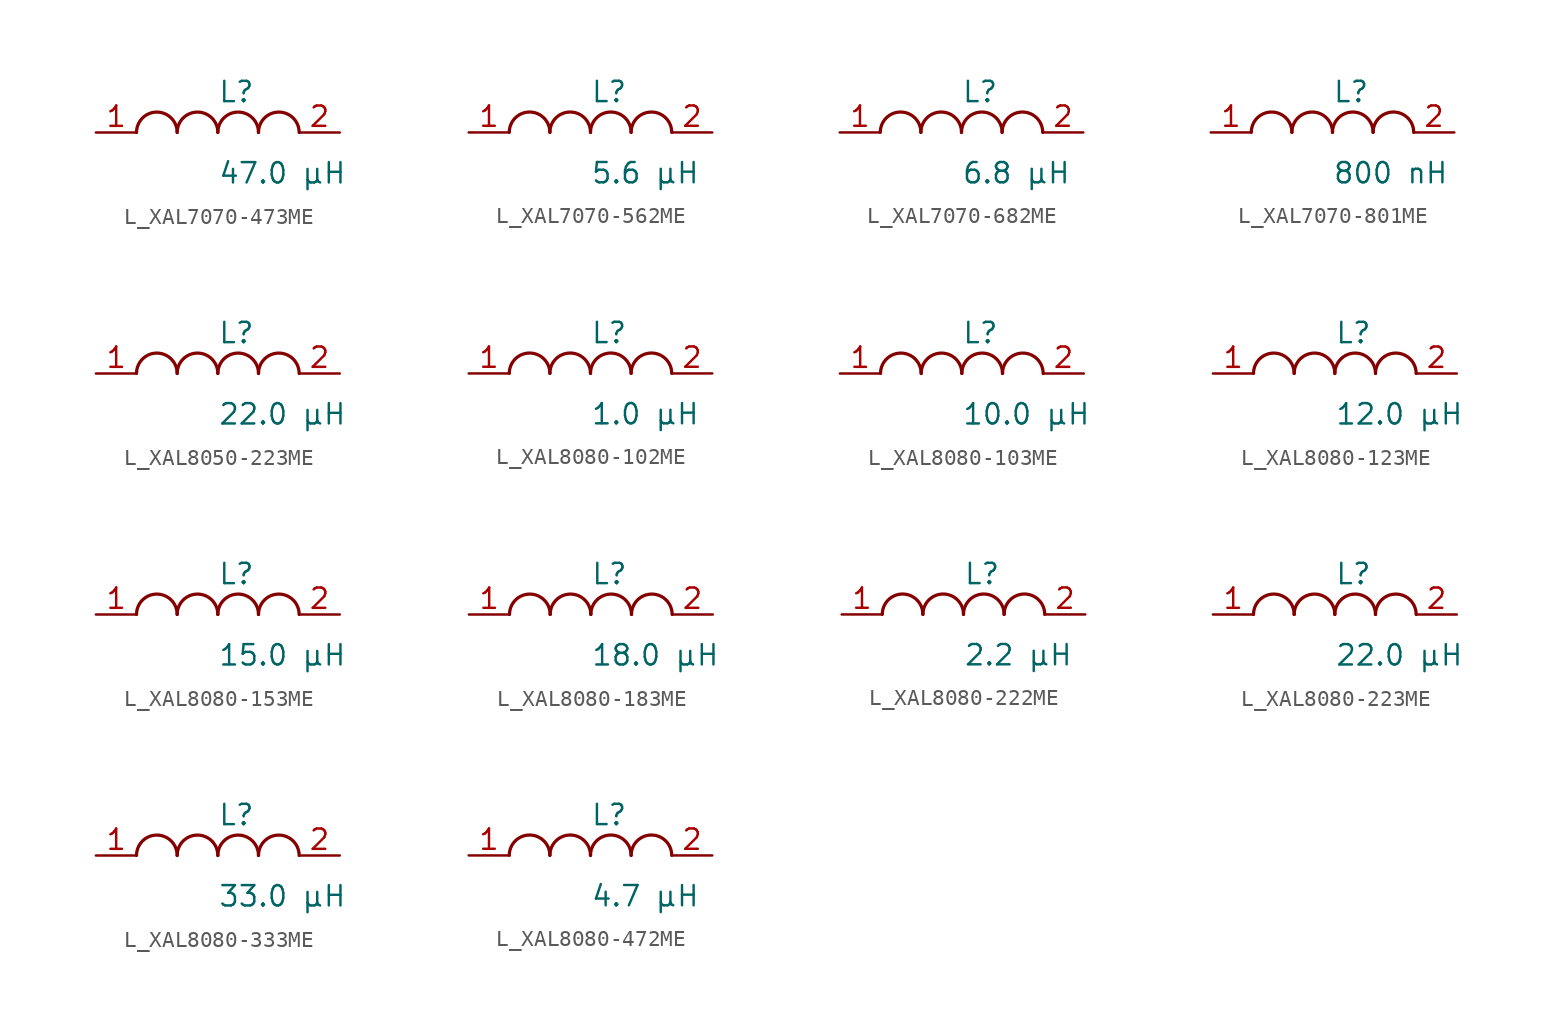
<source format=kicad_sym>
(kicad_symbol_lib
  (version 20231120)
  (generator kicad_symbol_editor)
  (generator_version 8.0)
  (symbol "L_XAL7070-473ME"
    (pin_names
      (offset 0.254))
    (property "Reference" "L"
      (at 0.0 2.54 0)
      (effects (font (size 1.27 1.27)) (justify left)))
    (property "Value" "47.0 µH"
      (at 0.0 -2.54 0)
      (effects (font (size 1.27 1.27)) (justify left)))
    (symbol "L_XAL7070-473ME_1_1"
      (arc (start -2.54 0.0056) (mid -3.81 1.27) (end -5.08 0.0056) (stroke (width 0.2032) (type default)) (fill (type none)))
      (arc (start 0 0.0056) (mid -1.27 1.27) (end -2.54 0.0056) (stroke (width 0.2032) (type default)) (fill (type none)))
      (arc (start 2.54 0.0056) (mid 1.27 1.27) (end 0 0.0056) (stroke (width 0.2032) (type default)) (fill (type none)))
      (arc (start 5.08 0.0056) (mid 3.81 1.27) (end 2.54 0.0056) (stroke (width 0.2032) (type default)) (fill (type none)))
      (pin unspecified line (at -7.62 0 0) (length 2.54) (name "" (effects (font (size 1.27 1.27)))) (number "1" (effects (font (size 1.27 1.27)))))
      (pin unspecified line (at 7.62 0 180) (length 2.54) (name "" (effects (font (size 1.27 1.27)))) (number "2" (effects (font (size 1.27 1.27)))))))
  (symbol "L_XAL7070-562ME"
    (pin_names
      (offset 0.254))
    (property "Reference" "L"
      (at 0.0 2.54 0)
      (effects (font (size 1.27 1.27)) (justify left)))
    (property "Value" "5.6 µH"
      (at 0.0 -2.54 0)
      (effects (font (size 1.27 1.27)) (justify left)))
    (symbol "L_XAL7070-562ME_1_1"
      (arc (start -2.54 0.0056) (mid -3.81 1.27) (end -5.08 0.0056) (stroke (width 0.2032) (type default)) (fill (type none)))
      (arc (start 0 0.0056) (mid -1.27 1.27) (end -2.54 0.0056) (stroke (width 0.2032) (type default)) (fill (type none)))
      (arc (start 2.54 0.0056) (mid 1.27 1.27) (end 0 0.0056) (stroke (width 0.2032) (type default)) (fill (type none)))
      (arc (start 5.08 0.0056) (mid 3.81 1.27) (end 2.54 0.0056) (stroke (width 0.2032) (type default)) (fill (type none)))
      (pin unspecified line (at -7.62 0 0) (length 2.54) (name "" (effects (font (size 1.27 1.27)))) (number "1" (effects (font (size 1.27 1.27)))))
      (pin unspecified line (at 7.62 0 180) (length 2.54) (name "" (effects (font (size 1.27 1.27)))) (number "2" (effects (font (size 1.27 1.27)))))))
  (symbol "L_XAL7070-682ME"
    (pin_names
      (offset 0.254))
    (property "Reference" "L"
      (at 0.0 2.54 0)
      (effects (font (size 1.27 1.27)) (justify left)))
    (property "Value" "6.8 µH"
      (at 0.0 -2.54 0)
      (effects (font (size 1.27 1.27)) (justify left)))
    (symbol "L_XAL7070-682ME_1_1"
      (arc (start -2.54 0.0056) (mid -3.81 1.27) (end -5.08 0.0056) (stroke (width 0.2032) (type default)) (fill (type none)))
      (arc (start 0 0.0056) (mid -1.27 1.27) (end -2.54 0.0056) (stroke (width 0.2032) (type default)) (fill (type none)))
      (arc (start 2.54 0.0056) (mid 1.27 1.27) (end 0 0.0056) (stroke (width 0.2032) (type default)) (fill (type none)))
      (arc (start 5.08 0.0056) (mid 3.81 1.27) (end 2.54 0.0056) (stroke (width 0.2032) (type default)) (fill (type none)))
      (pin unspecified line (at -7.62 0 0) (length 2.54) (name "" (effects (font (size 1.27 1.27)))) (number "1" (effects (font (size 1.27 1.27)))))
      (pin unspecified line (at 7.62 0 180) (length 2.54) (name "" (effects (font (size 1.27 1.27)))) (number "2" (effects (font (size 1.27 1.27)))))))
  (symbol "L_XAL7070-801ME"
    (pin_names
      (offset 0.254))
    (property "Reference" "L"
      (at 0.0 2.54 0)
      (effects (font (size 1.27 1.27)) (justify left)))
    (property "Value" "800 nH"
      (at 0.0 -2.54 0)
      (effects (font (size 1.27 1.27)) (justify left)))
    (symbol "L_XAL7070-801ME_1_1"
      (arc (start -2.54 0.0056) (mid -3.81 1.27) (end -5.08 0.0056) (stroke (width 0.2032) (type default)) (fill (type none)))
      (arc (start 0 0.0056) (mid -1.27 1.27) (end -2.54 0.0056) (stroke (width 0.2032) (type default)) (fill (type none)))
      (arc (start 2.54 0.0056) (mid 1.27 1.27) (end 0 0.0056) (stroke (width 0.2032) (type default)) (fill (type none)))
      (arc (start 5.08 0.0056) (mid 3.81 1.27) (end 2.54 0.0056) (stroke (width 0.2032) (type default)) (fill (type none)))
      (pin unspecified line (at -7.62 0 0) (length 2.54) (name "" (effects (font (size 1.27 1.27)))) (number "1" (effects (font (size 1.27 1.27)))))
      (pin unspecified line (at 7.62 0 180) (length 2.54) (name "" (effects (font (size 1.27 1.27)))) (number "2" (effects (font (size 1.27 1.27)))))))
  (symbol "L_XAL8050-223ME"
    (pin_names
      (offset 0.254))
    (property "Reference" "L"
      (at 0.0 2.54 0)
      (effects (font (size 1.27 1.27)) (justify left)))
    (property "Value" "22.0 µH"
      (at 0.0 -2.54 0)
      (effects (font (size 1.27 1.27)) (justify left)))
    (symbol "L_XAL8050-223ME_1_1"
      (arc (start -2.54 0.0056) (mid -3.81 1.27) (end -5.08 0.0056) (stroke (width 0.2032) (type default)) (fill (type none)))
      (arc (start 0 0.0056) (mid -1.27 1.27) (end -2.54 0.0056) (stroke (width 0.2032) (type default)) (fill (type none)))
      (arc (start 2.54 0.0056) (mid 1.27 1.27) (end 0 0.0056) (stroke (width 0.2032) (type default)) (fill (type none)))
      (arc (start 5.08 0.0056) (mid 3.81 1.27) (end 2.54 0.0056) (stroke (width 0.2032) (type default)) (fill (type none)))
      (pin unspecified line (at -7.62 0 0) (length 2.54) (name "" (effects (font (size 1.27 1.27)))) (number "1" (effects (font (size 1.27 1.27)))))
      (pin unspecified line (at 7.62 0 180) (length 2.54) (name "" (effects (font (size 1.27 1.27)))) (number "2" (effects (font (size 1.27 1.27)))))))
  (symbol "L_XAL8080-102ME"
    (pin_names
      (offset 0.254))
    (property "Reference" "L"
      (at 0.0 2.54 0)
      (effects (font (size 1.27 1.27)) (justify left)))
    (property "Value" "1.0 µH"
      (at 0.0 -2.54 0)
      (effects (font (size 1.27 1.27)) (justify left)))
    (symbol "L_XAL8080-102ME_1_1"
      (arc (start -2.54 0.0056) (mid -3.81 1.27) (end -5.08 0.0056) (stroke (width 0.2032) (type default)) (fill (type none)))
      (arc (start 0 0.0056) (mid -1.27 1.27) (end -2.54 0.0056) (stroke (width 0.2032) (type default)) (fill (type none)))
      (arc (start 2.54 0.0056) (mid 1.27 1.27) (end 0 0.0056) (stroke (width 0.2032) (type default)) (fill (type none)))
      (arc (start 5.08 0.0056) (mid 3.81 1.27) (end 2.54 0.0056) (stroke (width 0.2032) (type default)) (fill (type none)))
      (pin unspecified line (at -7.62 0 0) (length 2.54) (name "" (effects (font (size 1.27 1.27)))) (number "1" (effects (font (size 1.27 1.27)))))
      (pin unspecified line (at 7.62 0 180) (length 2.54) (name "" (effects (font (size 1.27 1.27)))) (number "2" (effects (font (size 1.27 1.27)))))))
  (symbol "L_XAL8080-103ME"
    (pin_names
      (offset 0.254))
    (property "Reference" "L"
      (at 0.0 2.54 0)
      (effects (font (size 1.27 1.27)) (justify left)))
    (property "Value" "10.0 µH"
      (at 0.0 -2.54 0)
      (effects (font (size 1.27 1.27)) (justify left)))
    (symbol "L_XAL8080-103ME_1_1"
      (arc (start -2.54 0.0056) (mid -3.81 1.27) (end -5.08 0.0056) (stroke (width 0.2032) (type default)) (fill (type none)))
      (arc (start 0 0.0056) (mid -1.27 1.27) (end -2.54 0.0056) (stroke (width 0.2032) (type default)) (fill (type none)))
      (arc (start 2.54 0.0056) (mid 1.27 1.27) (end 0 0.0056) (stroke (width 0.2032) (type default)) (fill (type none)))
      (arc (start 5.08 0.0056) (mid 3.81 1.27) (end 2.54 0.0056) (stroke (width 0.2032) (type default)) (fill (type none)))
      (pin unspecified line (at -7.62 0 0) (length 2.54) (name "" (effects (font (size 1.27 1.27)))) (number "1" (effects (font (size 1.27 1.27)))))
      (pin unspecified line (at 7.62 0 180) (length 2.54) (name "" (effects (font (size 1.27 1.27)))) (number "2" (effects (font (size 1.27 1.27)))))))
  (symbol "L_XAL8080-123ME"
    (pin_names
      (offset 0.254))
    (property "Reference" "L"
      (at 0.0 2.54 0)
      (effects (font (size 1.27 1.27)) (justify left)))
    (property "Value" "12.0 µH"
      (at 0.0 -2.54 0)
      (effects (font (size 1.27 1.27)) (justify left)))
    (symbol "L_XAL8080-123ME_1_1"
      (arc (start -2.54 0.0056) (mid -3.81 1.27) (end -5.08 0.0056) (stroke (width 0.2032) (type default)) (fill (type none)))
      (arc (start 0 0.0056) (mid -1.27 1.27) (end -2.54 0.0056) (stroke (width 0.2032) (type default)) (fill (type none)))
      (arc (start 2.54 0.0056) (mid 1.27 1.27) (end 0 0.0056) (stroke (width 0.2032) (type default)) (fill (type none)))
      (arc (start 5.08 0.0056) (mid 3.81 1.27) (end 2.54 0.0056) (stroke (width 0.2032) (type default)) (fill (type none)))
      (pin unspecified line (at -7.62 0 0) (length 2.54) (name "" (effects (font (size 1.27 1.27)))) (number "1" (effects (font (size 1.27 1.27)))))
      (pin unspecified line (at 7.62 0 180) (length 2.54) (name "" (effects (font (size 1.27 1.27)))) (number "2" (effects (font (size 1.27 1.27)))))))
  (symbol "L_XAL8080-153ME"
    (pin_names
      (offset 0.254))
    (property "Reference" "L"
      (at 0.0 2.54 0)
      (effects (font (size 1.27 1.27)) (justify left)))
    (property "Value" "15.0 µH"
      (at 0.0 -2.54 0)
      (effects (font (size 1.27 1.27)) (justify left)))
    (symbol "L_XAL8080-153ME_1_1"
      (arc (start -2.54 0.0056) (mid -3.81 1.27) (end -5.08 0.0056) (stroke (width 0.2032) (type default)) (fill (type none)))
      (arc (start 0 0.0056) (mid -1.27 1.27) (end -2.54 0.0056) (stroke (width 0.2032) (type default)) (fill (type none)))
      (arc (start 2.54 0.0056) (mid 1.27 1.27) (end 0 0.0056) (stroke (width 0.2032) (type default)) (fill (type none)))
      (arc (start 5.08 0.0056) (mid 3.81 1.27) (end 2.54 0.0056) (stroke (width 0.2032) (type default)) (fill (type none)))
      (pin unspecified line (at -7.62 0 0) (length 2.54) (name "" (effects (font (size 1.27 1.27)))) (number "1" (effects (font (size 1.27 1.27)))))
      (pin unspecified line (at 7.62 0 180) (length 2.54) (name "" (effects (font (size 1.27 1.27)))) (number "2" (effects (font (size 1.27 1.27)))))))
  (symbol "L_XAL8080-183ME"
    (pin_names
      (offset 0.254))
    (property "Reference" "L"
      (at 0.0 2.54 0)
      (effects (font (size 1.27 1.27)) (justify left)))
    (property "Value" "18.0 µH"
      (at 0.0 -2.54 0)
      (effects (font (size 1.27 1.27)) (justify left)))
    (symbol "L_XAL8080-183ME_1_1"
      (arc (start -2.54 0.0056) (mid -3.81 1.27) (end -5.08 0.0056) (stroke (width 0.2032) (type default)) (fill (type none)))
      (arc (start 0 0.0056) (mid -1.27 1.27) (end -2.54 0.0056) (stroke (width 0.2032) (type default)) (fill (type none)))
      (arc (start 2.54 0.0056) (mid 1.27 1.27) (end 0 0.0056) (stroke (width 0.2032) (type default)) (fill (type none)))
      (arc (start 5.08 0.0056) (mid 3.81 1.27) (end 2.54 0.0056) (stroke (width 0.2032) (type default)) (fill (type none)))
      (pin unspecified line (at -7.62 0 0) (length 2.54) (name "" (effects (font (size 1.27 1.27)))) (number "1" (effects (font (size 1.27 1.27)))))
      (pin unspecified line (at 7.62 0 180) (length 2.54) (name "" (effects (font (size 1.27 1.27)))) (number "2" (effects (font (size 1.27 1.27)))))))
  (symbol "L_XAL8080-222ME"
    (pin_names
      (offset 0.254))
    (property "Reference" "L"
      (at 0.0 2.54 0)
      (effects (font (size 1.27 1.27)) (justify left)))
    (property "Value" "2.2 µH"
      (at 0.0 -2.54 0)
      (effects (font (size 1.27 1.27)) (justify left)))
    (symbol "L_XAL8080-222ME_1_1"
      (arc (start -2.54 0.0056) (mid -3.81 1.27) (end -5.08 0.0056) (stroke (width 0.2032) (type default)) (fill (type none)))
      (arc (start 0 0.0056) (mid -1.27 1.27) (end -2.54 0.0056) (stroke (width 0.2032) (type default)) (fill (type none)))
      (arc (start 2.54 0.0056) (mid 1.27 1.27) (end 0 0.0056) (stroke (width 0.2032) (type default)) (fill (type none)))
      (arc (start 5.08 0.0056) (mid 3.81 1.27) (end 2.54 0.0056) (stroke (width 0.2032) (type default)) (fill (type none)))
      (pin unspecified line (at -7.62 0 0) (length 2.54) (name "" (effects (font (size 1.27 1.27)))) (number "1" (effects (font (size 1.27 1.27)))))
      (pin unspecified line (at 7.62 0 180) (length 2.54) (name "" (effects (font (size 1.27 1.27)))) (number "2" (effects (font (size 1.27 1.27)))))))
  (symbol "L_XAL8080-223ME"
    (pin_names
      (offset 0.254))
    (property "Reference" "L"
      (at 0.0 2.54 0)
      (effects (font (size 1.27 1.27)) (justify left)))
    (property "Value" "22.0 µH"
      (at 0.0 -2.54 0)
      (effects (font (size 1.27 1.27)) (justify left)))
    (symbol "L_XAL8080-223ME_1_1"
      (arc (start -2.54 0.0056) (mid -3.81 1.27) (end -5.08 0.0056) (stroke (width 0.2032) (type default)) (fill (type none)))
      (arc (start 0 0.0056) (mid -1.27 1.27) (end -2.54 0.0056) (stroke (width 0.2032) (type default)) (fill (type none)))
      (arc (start 2.54 0.0056) (mid 1.27 1.27) (end 0 0.0056) (stroke (width 0.2032) (type default)) (fill (type none)))
      (arc (start 5.08 0.0056) (mid 3.81 1.27) (end 2.54 0.0056) (stroke (width 0.2032) (type default)) (fill (type none)))
      (pin unspecified line (at -7.62 0 0) (length 2.54) (name "" (effects (font (size 1.27 1.27)))) (number "1" (effects (font (size 1.27 1.27)))))
      (pin unspecified line (at 7.62 0 180) (length 2.54) (name "" (effects (font (size 1.27 1.27)))) (number "2" (effects (font (size 1.27 1.27)))))))
  (symbol "L_XAL8080-333ME"
    (pin_names
      (offset 0.254))
    (property "Reference" "L"
      (at 0.0 2.54 0)
      (effects (font (size 1.27 1.27)) (justify left)))
    (property "Value" "33.0 µH"
      (at 0.0 -2.54 0)
      (effects (font (size 1.27 1.27)) (justify left)))
    (symbol "L_XAL8080-333ME_1_1"
      (arc (start -2.54 0.0056) (mid -3.81 1.27) (end -5.08 0.0056) (stroke (width 0.2032) (type default)) (fill (type none)))
      (arc (start 0 0.0056) (mid -1.27 1.27) (end -2.54 0.0056) (stroke (width 0.2032) (type default)) (fill (type none)))
      (arc (start 2.54 0.0056) (mid 1.27 1.27) (end 0 0.0056) (stroke (width 0.2032) (type default)) (fill (type none)))
      (arc (start 5.08 0.0056) (mid 3.81 1.27) (end 2.54 0.0056) (stroke (width 0.2032) (type default)) (fill (type none)))
      (pin unspecified line (at -7.62 0 0) (length 2.54) (name "" (effects (font (size 1.27 1.27)))) (number "1" (effects (font (size 1.27 1.27)))))
      (pin unspecified line (at 7.62 0 180) (length 2.54) (name "" (effects (font (size 1.27 1.27)))) (number "2" (effects (font (size 1.27 1.27)))))))
  (symbol "L_XAL8080-472ME"
    (pin_names
      (offset 0.254))
    (property "Reference" "L"
      (at 0.0 2.54 0)
      (effects (font (size 1.27 1.27)) (justify left)))
    (property "Value" "4.7 µH"
      (at 0.0 -2.54 0)
      (effects (font (size 1.27 1.27)) (justify left)))
    (symbol "L_XAL8080-472ME_1_1"
      (arc (start -2.54 0.0056) (mid -3.81 1.27) (end -5.08 0.0056) (stroke (width 0.2032) (type default)) (fill (type none)))
      (arc (start 0 0.0056) (mid -1.27 1.27) (end -2.54 0.0056) (stroke (width 0.2032) (type default)) (fill (type none)))
      (arc (start 2.54 0.0056) (mid 1.27 1.27) (end 0 0.0056) (stroke (width 0.2032) (type default)) (fill (type none)))
      (arc (start 5.08 0.0056) (mid 3.81 1.27) (end 2.54 0.0056) (stroke (width 0.2032) (type default)) (fill (type none)))
      (pin unspecified line (at -7.62 0 0) (length 2.54) (name "" (effects (font (size 1.27 1.27)))) (number "1" (effects (font (size 1.27 1.27)))))
      (pin unspecified line (at 7.62 0 180) (length 2.54) (name "" (effects (font (size 1.27 1.27)))) (number "2" (effects (font (size 1.27 1.27))))))))
</source>
